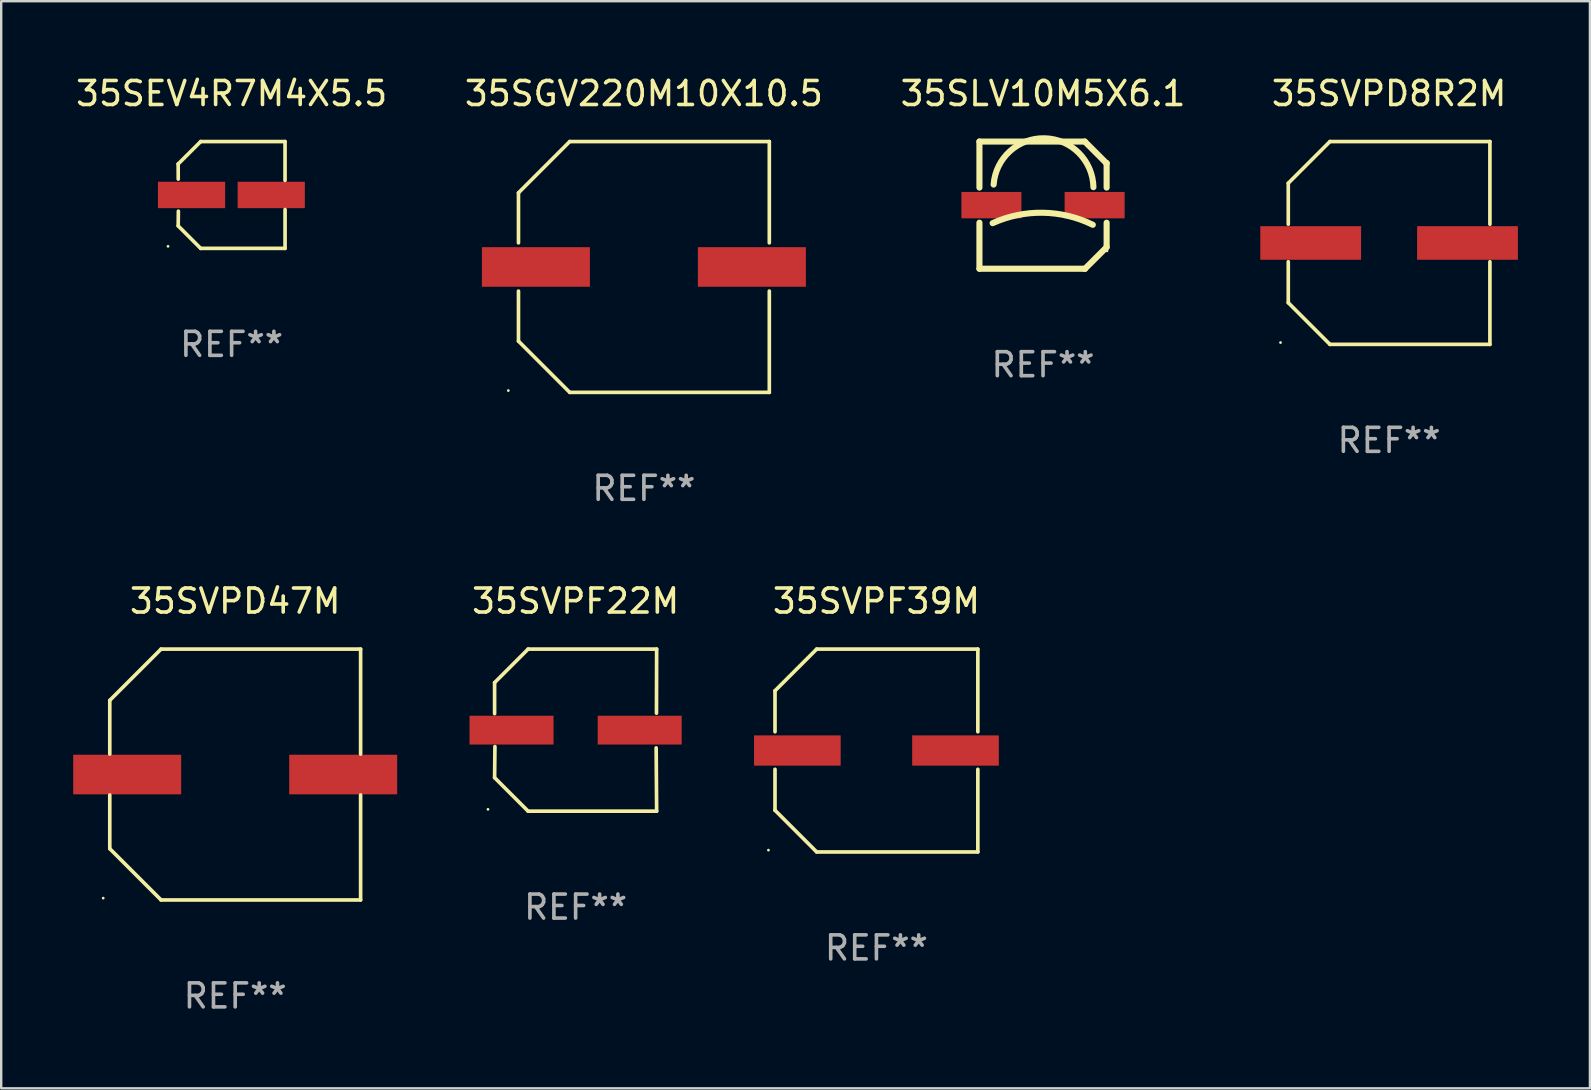
<source format=kicad_pcb>
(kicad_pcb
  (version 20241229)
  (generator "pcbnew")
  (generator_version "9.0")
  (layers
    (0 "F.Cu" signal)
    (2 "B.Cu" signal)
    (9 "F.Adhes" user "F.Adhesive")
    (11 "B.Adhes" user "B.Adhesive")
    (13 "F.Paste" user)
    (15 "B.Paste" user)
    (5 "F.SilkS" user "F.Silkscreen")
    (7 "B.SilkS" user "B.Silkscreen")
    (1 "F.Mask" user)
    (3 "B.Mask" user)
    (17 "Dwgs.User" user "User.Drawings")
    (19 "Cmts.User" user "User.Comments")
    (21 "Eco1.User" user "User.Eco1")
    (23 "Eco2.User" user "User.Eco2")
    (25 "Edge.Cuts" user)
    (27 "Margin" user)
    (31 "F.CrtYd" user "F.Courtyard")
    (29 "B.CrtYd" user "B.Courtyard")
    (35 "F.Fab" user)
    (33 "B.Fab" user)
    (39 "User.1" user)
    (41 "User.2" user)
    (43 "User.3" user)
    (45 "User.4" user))
  (footprint "35SVPF22M"
    (layer "F.Cu")
    (at 20.935 27.373)
    (property "Reference" "35SVPF22M" (at 0 -5.376 0) (layer "F.SilkS") (effects (font (size 1 1) (thickness 0.15))))
    (attr through_hole)
    (fp_line (start -3.376 -1.98) (end -3.376 -0.686) (stroke (width 0.152) (type solid)) (layer "F.SilkS"))
    (fp_line (start -3.376 1.981) (end -3.362 0.686) (stroke (width 0.152) (type solid)) (layer "F.SilkS"))
    (fp_line (start -1.981 3.376) (end -3.376 1.981) (stroke (width 0.152) (type solid)) (layer "F.SilkS"))
    (fp_line (start -1.98 -3.376) (end -3.376 -1.98) (stroke (width 0.152) (type solid)) (layer "F.SilkS"))
    (fp_line (start 3.356 0.74) (end 3.376 3.376) (stroke (width 0.152) (type solid)) (layer "F.SilkS"))
    (fp_line (start 3.369 -0.707) (end 3.376 -3.376) (stroke (width 0.152) (type solid)) (layer "F.SilkS"))
    (fp_line (start 3.376 3.376) (end -1.981 3.376) (stroke (width 0.152) (type solid)) (layer "F.SilkS"))
    (fp_line (start 3.376 -3.376) (end -1.98 -3.376) (stroke (width 0.152) (type solid)) (layer "F.SilkS"))
    (fp_circle (center -3.652 3.3) (end -3.622 3.3) (stroke (width 0.06) (type solid)) (fill no) (layer "F.SilkS"))
    (fp_text user "REF**" (at 0 7.376 0) (layer "F.Fab") (effects (font (size 1 1) (thickness 0.15))))
    (pad "1" smd rect (at -2.67 0.000229) (size 3.5 1.2) (layers "F.Cu" "F.Mask" "F.Paste"))
    (pad "2" smd rect (at 2.67 0.000229) (size 3.5 1.2) (layers "F.Cu" "F.Mask" "F.Paste")))
  (footprint "35SVPD47M"
    (layer "F.Cu")
    (at 6.75 29.223)
    (property "Reference" "35SVPD47M" (at 0 -7.226 0) (layer "F.SilkS") (effects (font (size 1 1) (thickness 0.15))))
    (attr through_hole)
    (fp_line (start -5.226 -3.09) (end -5.226 -0.852) (stroke (width 0.152) (type solid)) (layer "F.SilkS"))
    (fp_line (start -5.226 3.09) (end -5.226 0.852) (stroke (width 0.152) (type solid)) (layer "F.SilkS"))
    (fp_line (start -3.09 -5.226) (end -5.226 -3.09) (stroke (width 0.152) (type solid)) (layer "F.SilkS"))
    (fp_line (start -3.09 5.226) (end -5.226 3.09) (stroke (width 0.152) (type solid)) (layer "F.SilkS"))
    (fp_line (start 5.226 -5.226) (end -3.09 -5.226) (stroke (width 0.152) (type solid)) (layer "F.SilkS"))
    (fp_line (start 5.226 -0.852) (end 5.226 -5.226) (stroke (width 0.152) (type solid)) (layer "F.SilkS"))
    (fp_line (start 5.226 0.852) (end 5.226 5.226) (stroke (width 0.152) (type solid)) (layer "F.SilkS"))
    (fp_line (start 5.226 5.226) (end -3.09 5.226) (stroke (width 0.152) (type solid)) (layer "F.SilkS"))
    (fp_circle (center -5.5 5.15) (end -5.47 5.15) (stroke (width 0.06) (type solid)) (fill no) (layer "F.SilkS"))
    (fp_text user "REF**" (at 0 9.226 0) (layer "F.Fab") (effects (font (size 1 1) (thickness 0.15))))
    (pad "1" smd rect (at -4.5 -0.000025) (size 4.5 1.65) (layers "F.Cu" "F.Mask" "F.Paste"))
    (pad "2" smd rect (at 4.5 -0.000025) (size 4.5 1.65) (layers "F.Cu" "F.Mask" "F.Paste")))
  (footprint "35SEV4R7M4X5.5"
    (layer "F.Cu")
    (at 6.601 5.074)
    (property "Reference" "35SEV4R7M4X5.5" (at 0 -4.226 0) (layer "F.SilkS") (effects (font (size 1 1) (thickness 0.15))))
    (attr through_hole)
    (fp_line (start -2.227 -1.291) (end -2.224 -0.661) (stroke (width 0.152) (type solid)) (layer "F.SilkS"))
    (fp_line (start -2.226 1.289) (end -2.219 0.675) (stroke (width 0.152) (type solid)) (layer "F.SilkS"))
    (fp_line (start -1.29 2.226) (end -2.226 1.289) (stroke (width 0.152) (type solid)) (layer "F.SilkS"))
    (fp_line (start -1.289 -2.226) (end -2.227 -1.291) (stroke (width 0.152) (type solid)) (layer "F.SilkS"))
    (fp_line (start 2.226 -2.226) (end -1.289 -2.226) (stroke (width 0.152) (type solid)) (layer "F.SilkS"))
    (fp_line (start 2.226 -0.608) (end 2.226 -2.226) (stroke (width 0.152) (type solid)) (layer "F.SilkS"))
    (fp_line (start 2.227 0.607) (end 2.227 2.226) (stroke (width 0.152) (type solid)) (layer "F.SilkS"))
    (fp_line (start 2.227 2.226) (end -1.29 2.226) (stroke (width 0.152) (type solid)) (layer "F.SilkS"))
    (fp_circle (center -2.65 2.14) (end -2.62 2.14) (stroke (width 0.06) (type solid)) (fill no) (layer "F.SilkS"))
    (fp_text user "REF**" (at 0 6.226 0) (layer "F.Fab") (effects (font (size 1 1) (thickness 0.15))))
    (pad "1" smd rect (at -1.67 -0.001) (size 2.8 1.1) (layers "F.Cu" "F.Mask" "F.Paste"))
    (pad "2" smd rect (at 1.651 -0.001) (size 2.8 1.1) (layers "F.Cu" "F.Mask" "F.Paste")))
  (footprint "35SGV220M10X10.5"
    (layer "F.Cu")
    (at 23.78 8.074)
    (property "Reference" "35SGV220M10X10.5" (at 0 -7.226 0) (layer "F.SilkS") (effects (font (size 1 1) (thickness 0.15))))
    (attr through_hole)
    (fp_line (start -5.226 -3.09) (end -5.226 -1.005) (stroke (width 0.152) (type solid)) (layer "F.SilkS"))
    (fp_line (start -5.226 1.005) (end -5.226 3.09) (stroke (width 0.152) (type solid)) (layer "F.SilkS"))
    (fp_line (start -3.09 -5.226) (end -5.226 -3.09) (stroke (width 0.152) (type solid)) (layer "F.SilkS"))
    (fp_line (start -3.09 5.226) (end -5.226 3.09) (stroke (width 0.152) (type solid)) (layer "F.SilkS"))
    (fp_line (start 5.226 -5.226) (end -3.09 -5.226) (stroke (width 0.152) (type solid)) (layer "F.SilkS"))
    (fp_line (start 5.226 -1.005) (end 5.226 -5.226) (stroke (width 0.152) (type solid)) (layer "F.SilkS"))
    (fp_line (start 5.226 5.226) (end -3.09 5.226) (stroke (width 0.152) (type solid)) (layer "F.SilkS"))
    (fp_line (start 5.226 5.226) (end 5.226 1.005) (stroke (width 0.152) (type solid)) (layer "F.SilkS"))
    (fp_circle (center -5.65 5.15) (end -5.62 5.15) (stroke (width 0.06) (type solid)) (fill no) (layer "F.SilkS"))
    (fp_text user "REF**" (at 0 9.226 0) (layer "F.Fab") (effects (font (size 1 1) (thickness 0.15))))
    (pad "1" smd rect (at -4.5 0) (size 4.5 1.65) (layers "F.Cu" "F.Mask" "F.Paste"))
    (pad "2" smd rect (at 4.5 0) (size 4.5 1.65) (layers "F.Cu" "F.Mask" "F.Paste")))
  (footprint "35SVPF39M"
    (layer "F.Cu")
    (at 33.469 28.223)
    (property "Reference" "35SVPF39M" (at 0 -6.226 0) (layer "F.SilkS") (effects (font (size 1 1) (thickness 0.15))))
    (attr through_hole)
    (fp_line (start -4.226 -2.49) (end -4.226 -0.782) (stroke (width 0.152) (type solid)) (layer "F.SilkS"))
    (fp_line (start -4.226 2.49) (end -4.226 0.782) (stroke (width 0.152) (type solid)) (layer "F.SilkS"))
    (fp_line (start -2.49 -4.226) (end -4.226 -2.49) (stroke (width 0.152) (type solid)) (layer "F.SilkS"))
    (fp_line (start -2.49 4.226) (end -4.226 2.49) (stroke (width 0.152) (type solid)) (layer "F.SilkS"))
    (fp_line (start 4.226 -4.226) (end -2.49 -4.226) (stroke (width 0.152) (type solid)) (layer "F.SilkS"))
    (fp_line (start 4.226 -0.782) (end 4.226 -4.226) (stroke (width 0.152) (type solid)) (layer "F.SilkS"))
    (fp_line (start 4.226 0.782) (end 4.226 4.226) (stroke (width 0.152) (type solid)) (layer "F.SilkS"))
    (fp_line (start 4.226 4.226) (end -2.49 4.226) (stroke (width 0.152) (type solid)) (layer "F.SilkS"))
    (fp_circle (center -4.5 4.15) (end -4.47 4.15) (stroke (width 0.06) (type solid)) (fill no) (layer "F.SilkS"))
    (fp_text user "REF**" (at 0 8.226 0) (layer "F.Fab") (effects (font (size 1 1) (thickness 0.15))))
    (pad "1" smd rect (at -3.295 -0.000076 180) (size 3.61 1.26) (layers "F.Cu" "F.Mask" "F.Paste"))
    (pad "2" smd rect (at 3.295 -0.000076 180) (size 3.61 1.26) (layers "F.Cu" "F.Mask" "F.Paste")))
  (footprint "35SLV10M5X6.1"
    (layer "F.Cu")
    (at 40.411 5.498)
    (property "Reference" "35SLV10M5X6.1" (at 0 -4.65 0) (layer "F.SilkS") (effects (font (size 1 1) (thickness 0.15))))
    (attr through_hole)
    (fp_line (start -2.65 -2.65) (end 1.74 -2.65) (stroke (width 0.254) (type solid)) (layer "F.SilkS"))
    (fp_line (start -2.65 -0.731) (end -2.65 -2.65) (stroke (width 0.254) (type solid)) (layer "F.SilkS"))
    (fp_line (start -2.65 2.65) (end -2.65 0.731) (stroke (width 0.254) (type solid)) (layer "F.SilkS"))
    (fp_line (start -2.65 2.65) (end 1.73 2.65) (stroke (width 0.254) (type solid)) (layer "F.SilkS"))
    (fp_line (start 1.73 2.65) (end 1.75 2.65) (stroke (width 0.254) (type solid)) (layer "F.SilkS"))
    (fp_line (start 1.75 2.65) (end 2.65 1.75) (stroke (width 0.254) (type solid)) (layer "F.SilkS"))
    (fp_line (start 2.64 -1.75) (end 1.74 -2.65) (stroke (width 0.254) (type solid)) (layer "F.SilkS"))
    (fp_line (start 2.65 -1.75) (end 2.64 -1.75) (stroke (width 0.254) (type solid)) (layer "F.SilkS"))
    (fp_line (start 2.65 -0.731) (end 2.65 -1.75) (stroke (width 0.254) (type solid)) (layer "F.SilkS"))
    (fp_line (start 2.65 1.75) (end 2.65 0.731) (stroke (width 0.254) (type solid)) (layer "F.SilkS"))
    (fp_arc (start -2.1 0.749886) (mid -0.005214 0.316693) (end 2.074168 0.818644) (stroke (width 0.254001) (type solid)) (layer "F.SilkS"))
    (fp_arc (start -2.058369 -0.857759) (mid 0.072137 -2.78601) (end 2.1 -0.750089) (stroke (width 0.254001) (type solid)) (layer "F.SilkS"))
    (fp_circle (center 2.667 1.905) (end 2.697 1.905) (stroke (width 0.06) (type solid)) (fill no) (layer "F.SilkS"))
    (fp_text user "REF**" (at 0 6.65 0) (layer "F.Fab") (effects (font (size 1 1) (thickness 0.15))))
    (pad "1" smd rect (at 2.15 0) (size 2.5 1.1) (layers "F.Cu" "F.Mask" "F.Paste"))
    (pad "2" smd rect (at -2.15 0) (size 2.5 1.1) (layers "F.Cu" "F.Mask" "F.Paste")))
  (footprint "35SVPD8R2M"
    (layer "F.Cu")
    (at 54.831 7.074)
    (property "Reference" "35SVPD8R2M" (at 0 -6.226 0) (layer "F.SilkS") (effects (font (size 1 1) (thickness 0.15))))
    (attr through_hole)
    (fp_line (start -4.201 -2.49) (end -4.201 -0.782) (stroke (width 0.152) (type solid)) (layer "F.SilkS"))
    (fp_line (start -4.201 2.49) (end -4.201 0.782) (stroke (width 0.152) (type solid)) (layer "F.SilkS"))
    (fp_line (start -2.465 -4.226) (end -4.201 -2.49) (stroke (width 0.152) (type solid)) (layer "F.SilkS"))
    (fp_line (start -2.465 4.226) (end -4.201 2.49) (stroke (width 0.152) (type solid)) (layer "F.SilkS"))
    (fp_line (start 4.201 -4.226) (end -2.465 -4.226) (stroke (width 0.152) (type solid)) (layer "F.SilkS"))
    (fp_line (start 4.201 -0.782) (end 4.201 -4.226) (stroke (width 0.152) (type solid)) (layer "F.SilkS"))
    (fp_line (start 4.201 0.782) (end 4.201 4.226) (stroke (width 0.152) (type solid)) (layer "F.SilkS"))
    (fp_line (start 4.201 4.226) (end -2.465 4.226) (stroke (width 0.152) (type solid)) (layer "F.SilkS"))
    (fp_circle (center -4.524 4.15) (end -4.494 4.15) (stroke (width 0.06) (type solid)) (fill no) (layer "F.SilkS"))
    (fp_text user "REF**" (at 0 8.226 0) (layer "F.Fab") (effects (font (size 1 1) (thickness 0.15))))
    (pad "1" smd rect (at -3.267 0) (size 4.2 1.4) (layers "F.Cu" "F.Mask" "F.Paste"))
    (pad "2" smd rect (at 3.267 0) (size 4.2 1.4) (layers "F.Cu" "F.Mask" "F.Paste")))
  (gr_rect
    (start -3 -3)
    (end 63.199 42.298)
    (stroke (width 0.1) (type default))
    (fill no)
    (layer "Edge.Cuts")))
</source>
